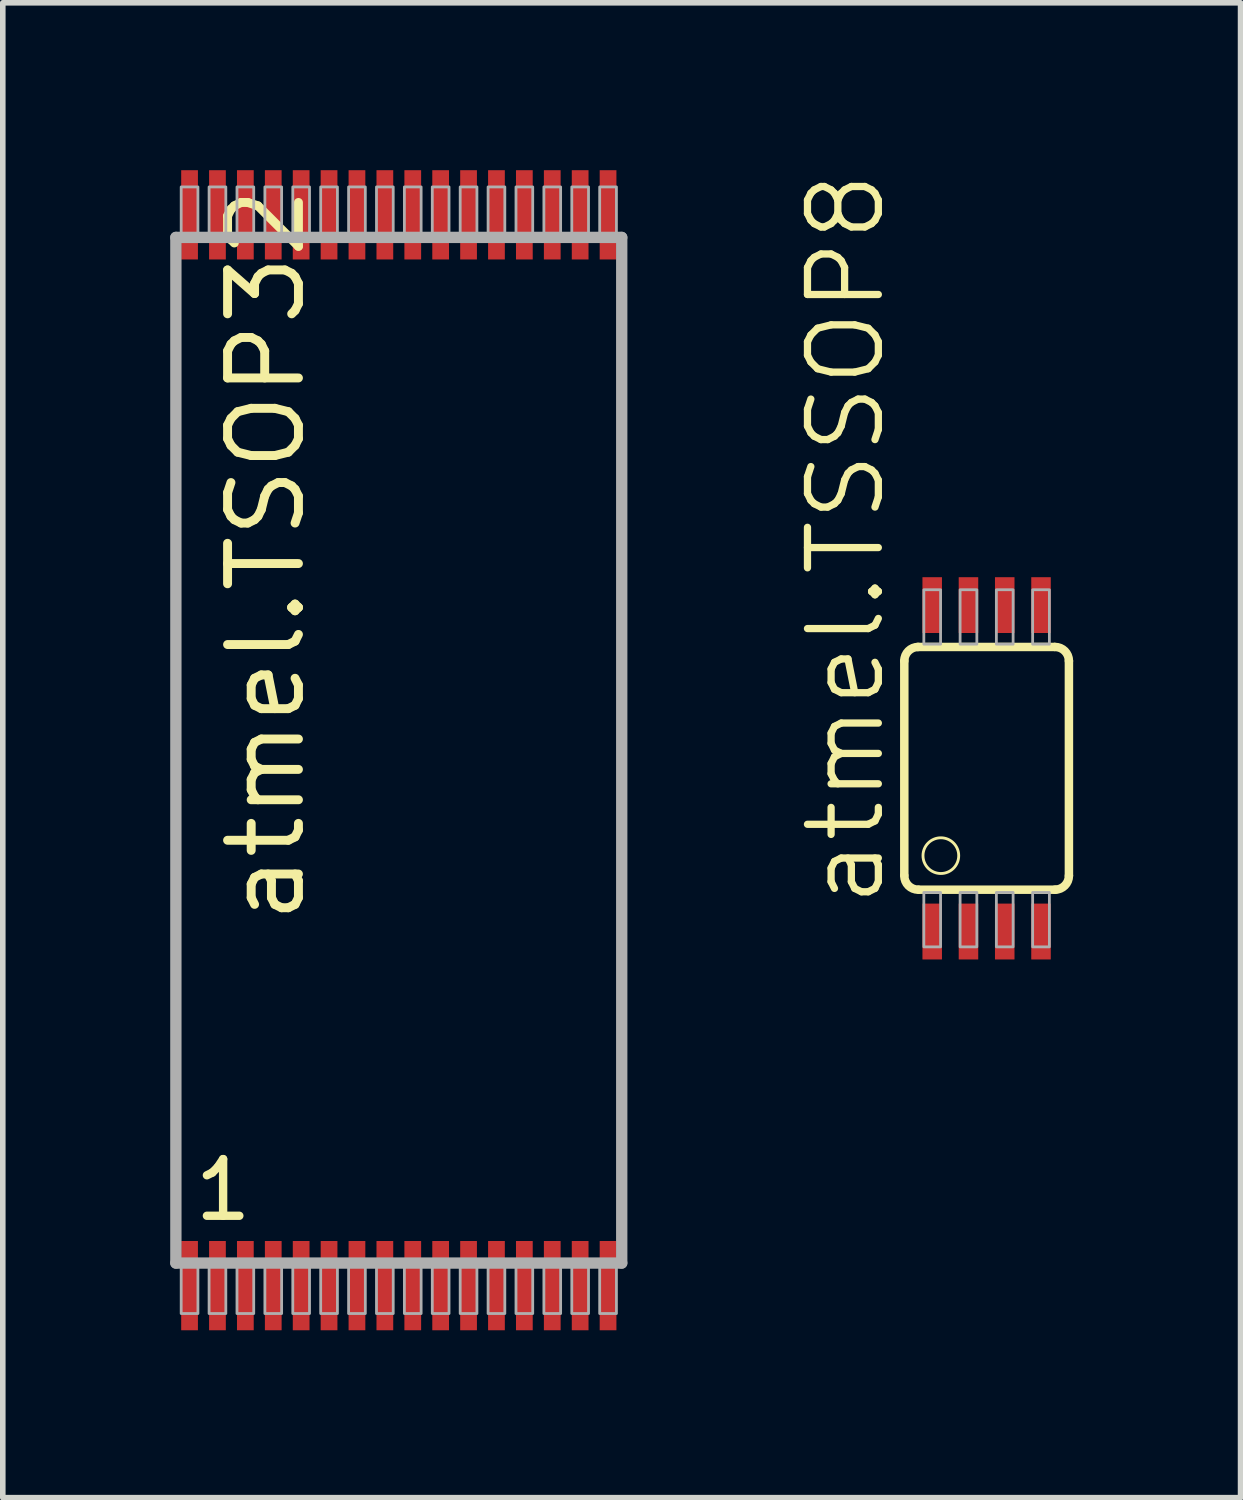
<source format=kicad_pcb>
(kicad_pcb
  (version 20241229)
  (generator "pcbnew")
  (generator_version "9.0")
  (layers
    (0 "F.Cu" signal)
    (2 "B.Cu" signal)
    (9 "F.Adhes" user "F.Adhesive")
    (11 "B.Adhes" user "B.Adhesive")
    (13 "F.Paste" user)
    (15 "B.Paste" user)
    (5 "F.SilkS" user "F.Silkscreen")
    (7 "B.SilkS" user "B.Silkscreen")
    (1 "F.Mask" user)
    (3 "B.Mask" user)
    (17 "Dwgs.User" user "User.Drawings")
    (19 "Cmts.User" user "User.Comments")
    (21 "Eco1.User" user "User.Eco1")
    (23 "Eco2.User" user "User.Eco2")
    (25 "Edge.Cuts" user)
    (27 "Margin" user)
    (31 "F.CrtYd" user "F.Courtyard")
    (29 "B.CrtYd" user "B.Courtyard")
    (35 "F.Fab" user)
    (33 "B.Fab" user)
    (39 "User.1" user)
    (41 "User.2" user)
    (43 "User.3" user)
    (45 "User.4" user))
  (footprint "atmel.TSOP32"
    (layer "F.Cu")
    (at 4.097 10.39)
    (property "Reference" "atmel.TSOP32" (at -1.635 3.175 90) (layer "F.SilkS") (effects (font (size 1.27 1.27) (thickness 0.16)) (justify left bottom)))
    (attr smd)
    (fp_line (start -3.995 -9.185) (end 3.995 -9.185) (stroke (width 0.203) (type default)) (layer "F.Fab"))
    (fp_line (start -3.995 9.195) (end -3.995 -9.185) (stroke (width 0.203) (type default)) (layer "F.Fab"))
    (fp_line (start 3.995 -9.185) (end 3.995 9.195) (stroke (width 0.203) (type default)) (layer "F.Fab"))
    (fp_line (start 3.995 9.195) (end -3.995 9.195) (stroke (width 0.203) (type default)) (layer "F.Fab"))
    (fp_rect (start -3.9 -9.24) (end -3.6 -10.09) (stroke (width 0.05) (type default)) (fill no) (layer "F.Fab"))
    (fp_rect (start -3.9 10.1) (end -3.6 9.25) (stroke (width 0.05) (type default)) (fill no) (layer "F.Fab"))
    (fp_rect (start -3.4 -9.24) (end -3.1 -10.09) (stroke (width 0.05) (type default)) (fill no) (layer "F.Fab"))
    (fp_rect (start -3.4 10.1) (end -3.1 9.25) (stroke (width 0.05) (type default)) (fill no) (layer "F.Fab"))
    (fp_rect (start -2.9 -9.24) (end -2.6 -10.09) (stroke (width 0.05) (type default)) (fill no) (layer "F.Fab"))
    (fp_rect (start -2.9 10.1) (end -2.6 9.25) (stroke (width 0.05) (type default)) (fill no) (layer "F.Fab"))
    (fp_rect (start -2.4 -9.24) (end -2.1 -10.09) (stroke (width 0.05) (type default)) (fill no) (layer "F.Fab"))
    (fp_rect (start -2.4 10.1) (end -2.1 9.25) (stroke (width 0.05) (type default)) (fill no) (layer "F.Fab"))
    (fp_rect (start -1.9 -9.24) (end -1.6 -10.09) (stroke (width 0.05) (type default)) (fill no) (layer "F.Fab"))
    (fp_rect (start -1.9 10.1) (end -1.6 9.25) (stroke (width 0.05) (type default)) (fill no) (layer "F.Fab"))
    (fp_rect (start -1.4 -9.24) (end -1.1 -10.09) (stroke (width 0.05) (type default)) (fill no) (layer "F.Fab"))
    (fp_rect (start -1.4 10.1) (end -1.1 9.25) (stroke (width 0.05) (type default)) (fill no) (layer "F.Fab"))
    (fp_rect (start -0.9 -9.24) (end -0.6 -10.09) (stroke (width 0.05) (type default)) (fill no) (layer "F.Fab"))
    (fp_rect (start -0.9 10.1) (end -0.6 9.25) (stroke (width 0.05) (type default)) (fill no) (layer "F.Fab"))
    (fp_rect (start -0.4 -9.24) (end -0.1 -10.09) (stroke (width 0.05) (type default)) (fill no) (layer "F.Fab"))
    (fp_rect (start -0.4 10.1) (end -0.1 9.25) (stroke (width 0.05) (type default)) (fill no) (layer "F.Fab"))
    (fp_rect (start 0.1 -9.24) (end 0.4 -10.09) (stroke (width 0.05) (type default)) (fill no) (layer "F.Fab"))
    (fp_rect (start 0.1 10.1) (end 0.4 9.25) (stroke (width 0.05) (type default)) (fill no) (layer "F.Fab"))
    (fp_rect (start 0.6 -9.24) (end 0.9 -10.09) (stroke (width 0.05) (type default)) (fill no) (layer "F.Fab"))
    (fp_rect (start 0.6 10.1) (end 0.9 9.25) (stroke (width 0.05) (type default)) (fill no) (layer "F.Fab"))
    (fp_rect (start 1.1 -9.24) (end 1.4 -10.09) (stroke (width 0.05) (type default)) (fill no) (layer "F.Fab"))
    (fp_rect (start 1.1 10.1) (end 1.4 9.25) (stroke (width 0.05) (type default)) (fill no) (layer "F.Fab"))
    (fp_rect (start 1.6 -9.24) (end 1.9 -10.09) (stroke (width 0.05) (type default)) (fill no) (layer "F.Fab"))
    (fp_rect (start 1.6 10.1) (end 1.9 9.25) (stroke (width 0.05) (type default)) (fill no) (layer "F.Fab"))
    (fp_rect (start 2.1 -9.24) (end 2.4 -10.09) (stroke (width 0.05) (type default)) (fill no) (layer "F.Fab"))
    (fp_rect (start 2.1 10.1) (end 2.4 9.25) (stroke (width 0.05) (type default)) (fill no) (layer "F.Fab"))
    (fp_rect (start 2.6 -9.24) (end 2.9 -10.09) (stroke (width 0.05) (type default)) (fill no) (layer "F.Fab"))
    (fp_rect (start 2.6 10.1) (end 2.9 9.25) (stroke (width 0.05) (type default)) (fill no) (layer "F.Fab"))
    (fp_rect (start 3.1 -9.24) (end 3.4 -10.09) (stroke (width 0.05) (type default)) (fill no) (layer "F.Fab"))
    (fp_rect (start 3.1 10.1) (end 3.4 9.25) (stroke (width 0.05) (type default)) (fill no) (layer "F.Fab"))
    (fp_rect (start 3.6 -9.24) (end 3.9 -10.09) (stroke (width 0.05) (type default)) (fill no) (layer "F.Fab"))
    (fp_rect (start 3.6 10.1) (end 3.9 9.25) (stroke (width 0.05) (type default)) (fill no) (layer "F.Fab"))
    (fp_text user "1" (at -3.731 8.48 0) (layer "F.SilkS") (effects (font (size 1.016 1.016) (thickness 0.15)) (justify left bottom)))
    (pad "1" smd roundrect (at -3.75 9.6) (size 0.3 1.6) (layers "F.Cu" "F.Mask" "F.Paste") (roundrect_rratio 0.01))
    (pad "2" smd roundrect (at -3.25 9.6) (size 0.3 1.6) (layers "F.Cu" "F.Mask" "F.Paste") (roundrect_rratio 0.01))
    (pad "3" smd roundrect (at -2.75 9.6) (size 0.3 1.6) (layers "F.Cu" "F.Mask" "F.Paste") (roundrect_rratio 0.01))
    (pad "4" smd roundrect (at -2.25 9.6) (size 0.3 1.6) (layers "F.Cu" "F.Mask" "F.Paste") (roundrect_rratio 0.01))
    (pad "5" smd roundrect (at -1.75 9.6) (size 0.3 1.6) (layers "F.Cu" "F.Mask" "F.Paste") (roundrect_rratio 0.01))
    (pad "6" smd roundrect (at -1.25 9.6) (size 0.3 1.6) (layers "F.Cu" "F.Mask" "F.Paste") (roundrect_rratio 0.01))
    (pad "7" smd roundrect (at -0.75 9.6) (size 0.3 1.6) (layers "F.Cu" "F.Mask" "F.Paste") (roundrect_rratio 0.01))
    (pad "8" smd roundrect (at -0.25 9.6) (size 0.3 1.6) (layers "F.Cu" "F.Mask" "F.Paste") (roundrect_rratio 0.01))
    (pad "9" smd roundrect (at 0.25 9.6) (size 0.3 1.6) (layers "F.Cu" "F.Mask" "F.Paste") (roundrect_rratio 0.01))
    (pad "10" smd roundrect (at 0.75 9.6) (size 0.3 1.6) (layers "F.Cu" "F.Mask" "F.Paste") (roundrect_rratio 0.01))
    (pad "11" smd roundrect (at 1.25 9.6) (size 0.3 1.6) (layers "F.Cu" "F.Mask" "F.Paste") (roundrect_rratio 0.01))
    (pad "12" smd roundrect (at 1.75 9.6) (size 0.3 1.6) (layers "F.Cu" "F.Mask" "F.Paste") (roundrect_rratio 0.01))
    (pad "13" smd roundrect (at 2.25 9.6) (size 0.3 1.6) (layers "F.Cu" "F.Mask" "F.Paste") (roundrect_rratio 0.01))
    (pad "14" smd roundrect (at 2.75 9.6) (size 0.3 1.6) (layers "F.Cu" "F.Mask" "F.Paste") (roundrect_rratio 0.01))
    (pad "15" smd roundrect (at 3.25 9.6) (size 0.3 1.6) (layers "F.Cu" "F.Mask" "F.Paste") (roundrect_rratio 0.01))
    (pad "16" smd roundrect (at 3.75 9.6) (size 0.3 1.6) (layers "F.Cu" "F.Mask" "F.Paste") (roundrect_rratio 0.01))
    (pad "17" smd roundrect (at 3.75 -9.59) (size 0.3 1.6) (layers "F.Cu" "F.Mask" "F.Paste") (roundrect_rratio 0.01))
    (pad "18" smd roundrect (at 3.25 -9.59) (size 0.3 1.6) (layers "F.Cu" "F.Mask" "F.Paste") (roundrect_rratio 0.01))
    (pad "19" smd roundrect (at 2.75 -9.59) (size 0.3 1.6) (layers "F.Cu" "F.Mask" "F.Paste") (roundrect_rratio 0.01))
    (pad "20" smd roundrect (at 2.25 -9.59) (size 0.3 1.6) (layers "F.Cu" "F.Mask" "F.Paste") (roundrect_rratio 0.01))
    (pad "21" smd roundrect (at 1.75 -9.59) (size 0.3 1.6) (layers "F.Cu" "F.Mask" "F.Paste") (roundrect_rratio 0.01))
    (pad "22" smd roundrect (at 1.25 -9.59) (size 0.3 1.6) (layers "F.Cu" "F.Mask" "F.Paste") (roundrect_rratio 0.01))
    (pad "23" smd roundrect (at 0.75 -9.59) (size 0.3 1.6) (layers "F.Cu" "F.Mask" "F.Paste") (roundrect_rratio 0.01))
    (pad "24" smd roundrect (at 0.25 -9.59) (size 0.3 1.6) (layers "F.Cu" "F.Mask" "F.Paste") (roundrect_rratio 0.01))
    (pad "25" smd roundrect (at -0.25 -9.59) (size 0.3 1.6) (layers "F.Cu" "F.Mask" "F.Paste") (roundrect_rratio 0.01))
    (pad "26" smd roundrect (at -0.75 -9.59) (size 0.3 1.6) (layers "F.Cu" "F.Mask" "F.Paste") (roundrect_rratio 0.01))
    (pad "27" smd roundrect (at -1.25 -9.59) (size 0.3 1.6) (layers "F.Cu" "F.Mask" "F.Paste") (roundrect_rratio 0.01))
    (pad "28" smd roundrect (at -1.75 -9.59) (size 0.3 1.6) (layers "F.Cu" "F.Mask" "F.Paste") (roundrect_rratio 0.01))
    (pad "29" smd roundrect (at -2.25 -9.59) (size 0.3 1.6) (layers "F.Cu" "F.Mask" "F.Paste") (roundrect_rratio 0.01))
    (pad "30" smd roundrect (at -2.75 -9.59) (size 0.3 1.6) (layers "F.Cu" "F.Mask" "F.Paste") (roundrect_rratio 0.01))
    (pad "31" smd roundrect (at -3.25 -9.59) (size 0.3 1.6) (layers "F.Cu" "F.Mask" "F.Paste") (roundrect_rratio 0.01))
    (pad "32" smd roundrect (at -3.75 -9.59) (size 0.3 1.6) (layers "F.Cu" "F.Mask" "F.Paste") (roundrect_rratio 0.01)))
  (footprint "atmel.TSSOP8"
    (layer "F.Cu")
    (at 14.631 10.719)
    (property "Reference" "atmel.TSSOP8" (at -1.778 2.54 90) (layer "F.SilkS") (effects (font (size 1.27 1.27) (thickness 0.13)) (justify left bottom)))
    (attr smd)
    (fp_rect (start -1.175 -2.4) (end -0.775 -3.475) (stroke (width 0.05) (type default)) (fill yes) (layer "F.Mask"))
    (fp_rect (start -1.175 3.475) (end -0.775 2.4) (stroke (width 0.05) (type default)) (fill yes) (layer "F.Mask"))
    (fp_rect (start -0.525 -2.4) (end -0.125 -3.475) (stroke (width 0.05) (type default)) (fill yes) (layer "F.Mask"))
    (fp_rect (start -0.525 3.475) (end -0.125 2.4) (stroke (width 0.05) (type default)) (fill yes) (layer "F.Mask"))
    (fp_rect (start 0.125 -2.4) (end 0.525 -3.475) (stroke (width 0.05) (type default)) (fill yes) (layer "F.Mask"))
    (fp_rect (start 0.125 3.475) (end 0.525 2.4) (stroke (width 0.05) (type default)) (fill yes) (layer "F.Mask"))
    (fp_rect (start 0.775 -2.4) (end 1.175 -3.475) (stroke (width 0.05) (type default)) (fill yes) (layer "F.Mask"))
    (fp_rect (start 0.775 3.475) (end 1.175 2.4) (stroke (width 0.05) (type default)) (fill yes) (layer "F.Mask"))
    (fp_line (start -1.475 -1.925) (end -1.475 1.915) (stroke (width 0.152) (type default)) (layer "F.SilkS"))
    (fp_line (start -1.235 -2.175) (end 1.215 -2.175) (stroke (width 0.152) (type default)) (layer "F.SilkS"))
    (fp_line (start 1.235 2.175) (end -1.215 2.175) (stroke (width 0.152) (type default)) (layer "F.SilkS"))
    (fp_line (start 1.475 1.925) (end 1.475 -1.925) (stroke (width 0.152) (type default)) (layer "F.SilkS"))
    (fp_arc (start -1.475 -1.925) (mid -1.401777 -2.101777) (end -1.225 -2.175) (stroke (width 0.1524) (type default)) (layer "F.SilkS"))
    (fp_arc (start -1.225 2.175) (mid -1.401777 2.101777) (end -1.475 1.925) (stroke (width 0.1524) (type default)) (layer "F.SilkS"))
    (fp_arc (start 1.225 -2.175) (mid 1.401777 -2.101777) (end 1.475 -1.925) (stroke (width 0.1524) (type default)) (layer "F.SilkS"))
    (fp_arc (start 1.475 1.925) (mid 1.401777 2.101777) (end 1.225 2.175) (stroke (width 0.1524) (type default)) (layer "F.SilkS"))
    (fp_circle (center -0.82 1.565) (end -0.5 1.565) (stroke (width 0.051) (type default)) (fill no) (layer "F.SilkS"))
    (fp_rect (start -1.125 -2.225) (end -0.825 -3.2) (stroke (width 0.05) (type default)) (fill no) (layer "F.Fab"))
    (fp_rect (start -1.125 3.2) (end -0.825 2.225) (stroke (width 0.05) (type default)) (fill no) (layer "F.Fab"))
    (fp_rect (start -0.475 -2.225) (end -0.175 -3.2) (stroke (width 0.05) (type default)) (fill no) (layer "F.Fab"))
    (fp_rect (start -0.475 3.2) (end -0.175 2.225) (stroke (width 0.05) (type default)) (fill no) (layer "F.Fab"))
    (fp_rect (start 0.175 -2.225) (end 0.475 -3.2) (stroke (width 0.05) (type default)) (fill no) (layer "F.Fab"))
    (fp_rect (start 0.175 3.2) (end 0.475 2.225) (stroke (width 0.05) (type default)) (fill no) (layer "F.Fab"))
    (fp_rect (start 0.825 -2.225) (end 1.125 -3.2) (stroke (width 0.05) (type default)) (fill no) (layer "F.Fab"))
    (fp_rect (start 0.825 3.2) (end 1.125 2.225) (stroke (width 0.05) (type default)) (fill no) (layer "F.Fab"))
    (pad "1" smd roundrect (at -0.975 2.925) (size 0.35 1) (layers "F.Cu" "F.Mask" "F.Paste") (roundrect_rratio 0.01))
    (pad "2" smd roundrect (at -0.325 2.925) (size 0.35 1) (layers "F.Cu" "F.Mask" "F.Paste") (roundrect_rratio 0.01))
    (pad "3" smd roundrect (at 0.325 2.925) (size 0.35 1) (layers "F.Cu" "F.Mask" "F.Paste") (roundrect_rratio 0.01))
    (pad "4" smd roundrect (at 0.975 2.925) (size 0.35 1) (layers "F.Cu" "F.Mask" "F.Paste") (roundrect_rratio 0.01))
    (pad "5" smd roundrect (at 0.975 -2.925 180) (size 0.35 1) (layers "F.Cu" "F.Mask" "F.Paste") (roundrect_rratio 0.01))
    (pad "6" smd roundrect (at 0.325 -2.925 180) (size 0.35 1) (layers "F.Cu" "F.Mask" "F.Paste") (roundrect_rratio 0.01))
    (pad "7" smd roundrect (at -0.325 -2.925 180) (size 0.35 1) (layers "F.Cu" "F.Mask" "F.Paste") (roundrect_rratio 0.01))
    (pad "8" smd roundrect (at -0.975 -2.925 180) (size 0.35 1) (layers "F.Cu" "F.Mask" "F.Paste") (roundrect_rratio 0.01)))
  (gr_rect
    (start -3 -3)
    (end 19.182 23.79)
    (stroke (width 0.1) (type default))
    (fill no)
    (layer "Edge.Cuts")))
</source>
